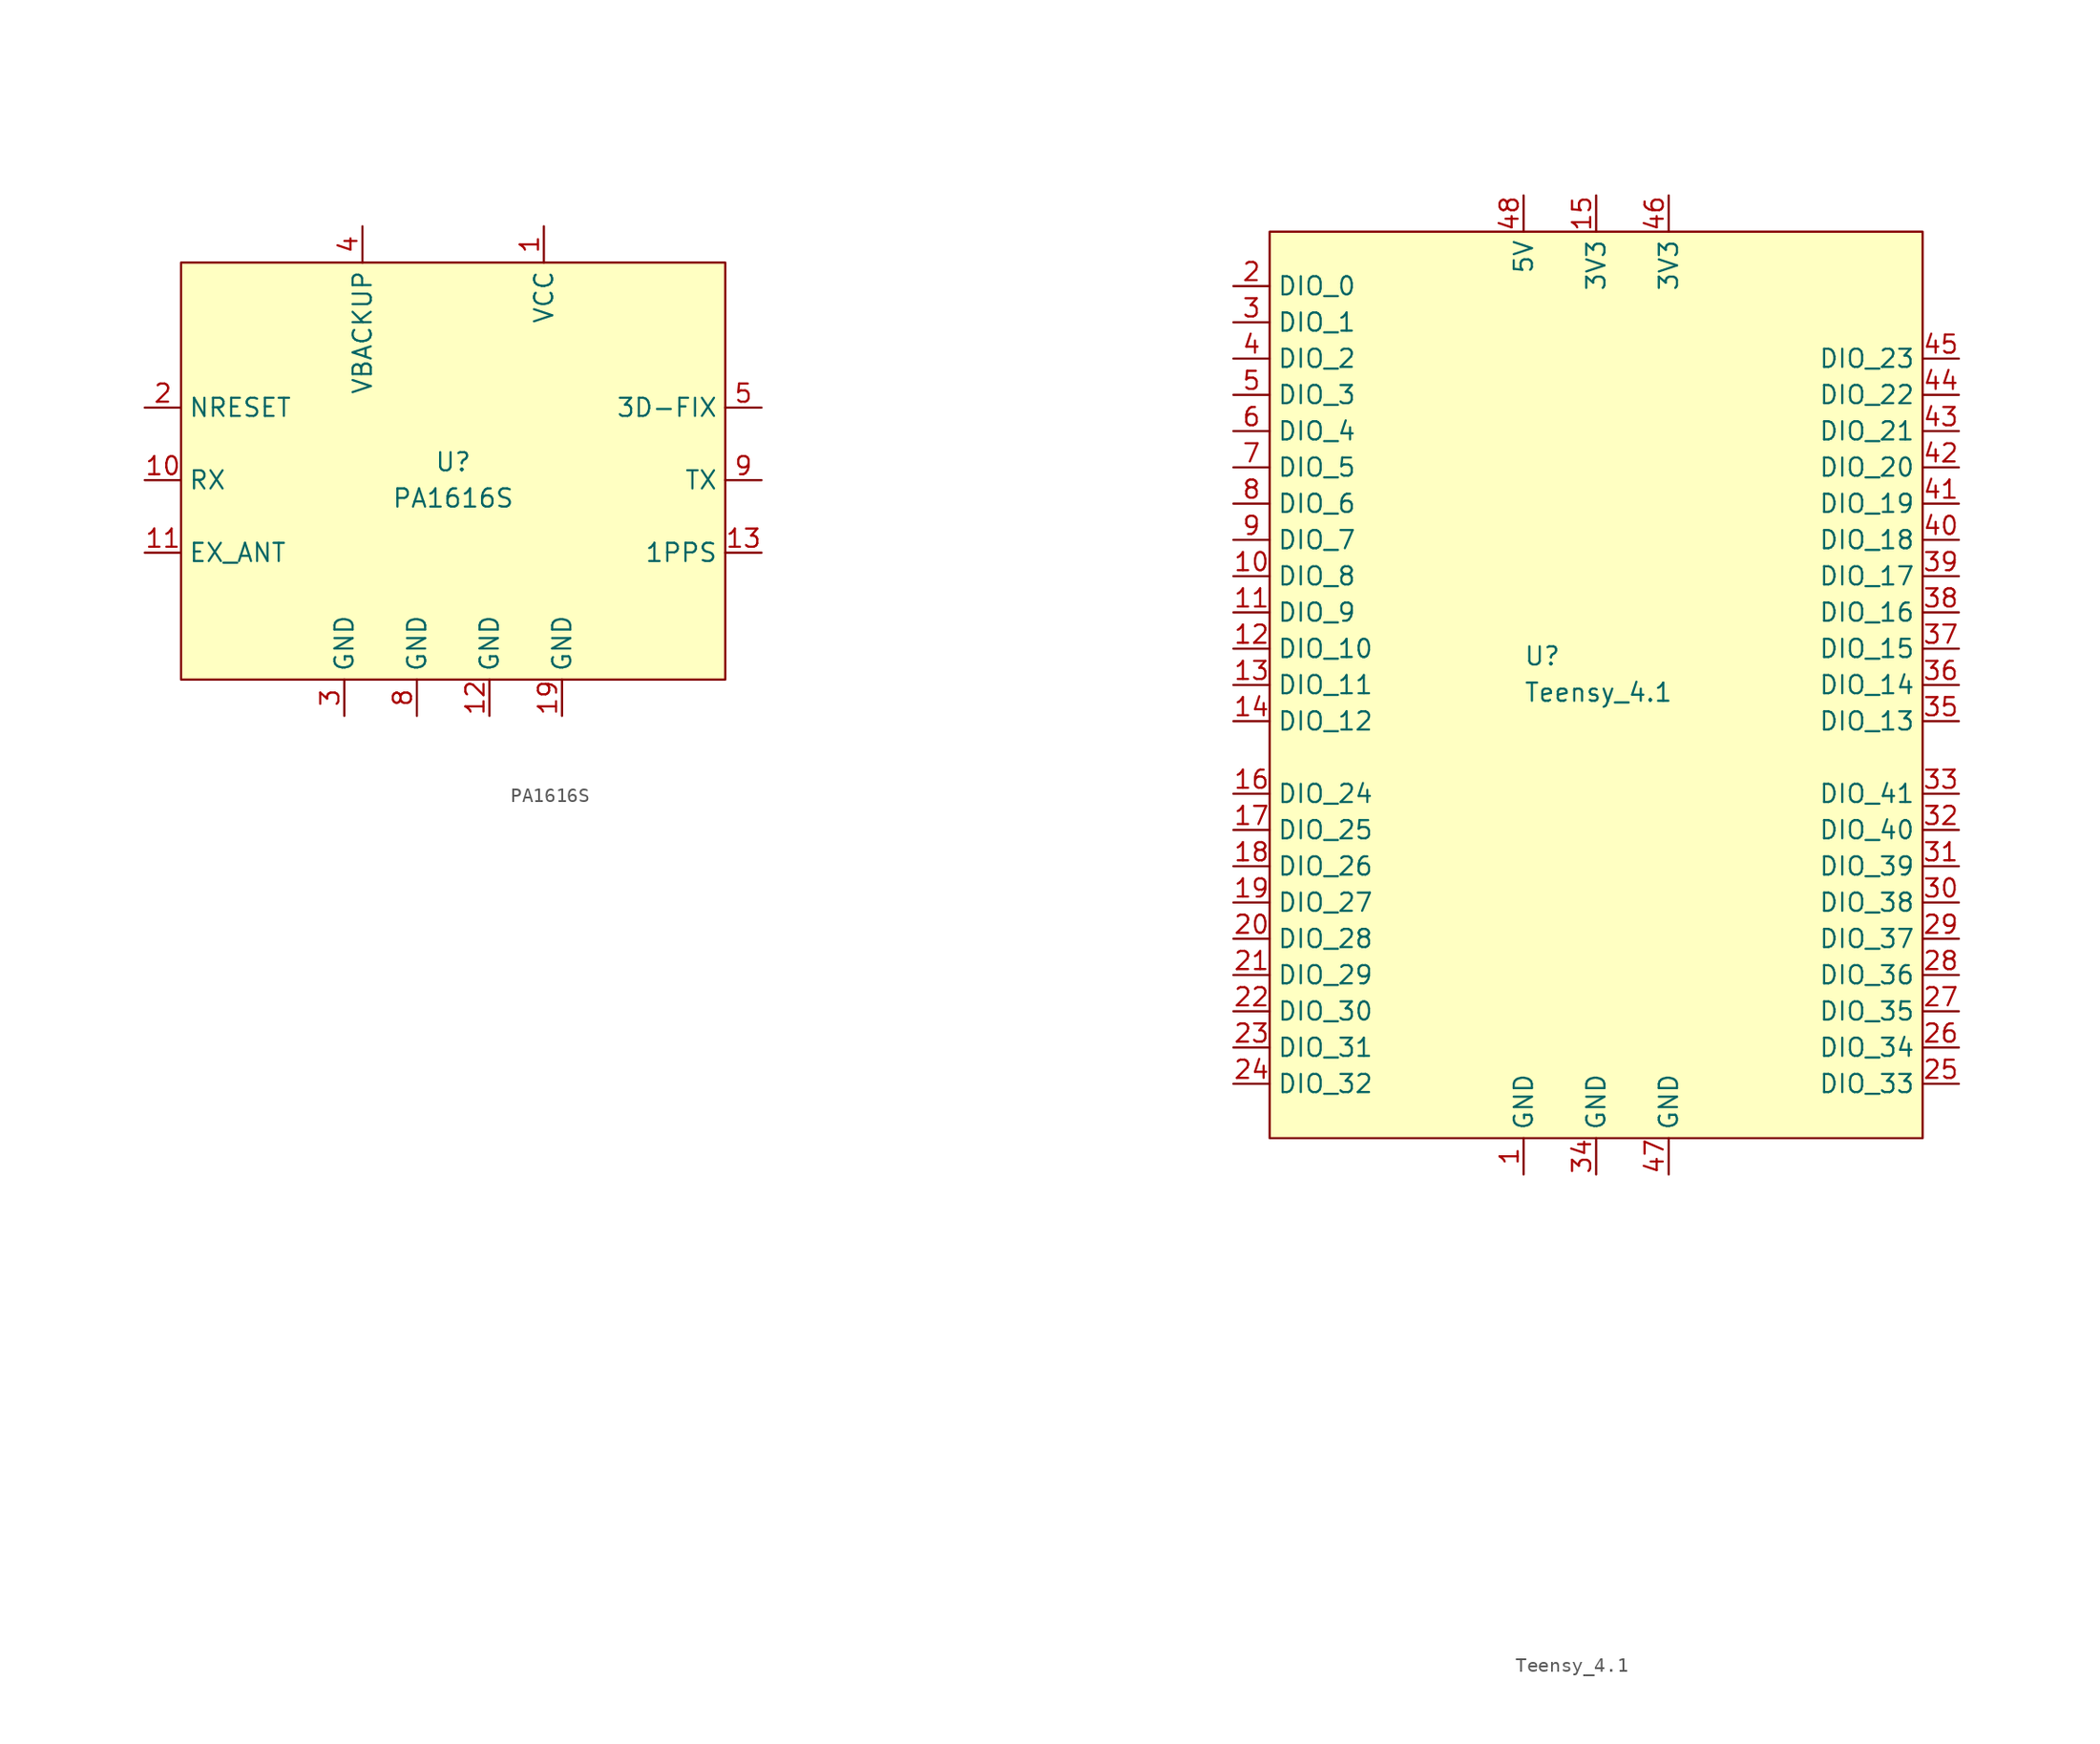
<source format=kicad_sym>
(kicad_symbol_lib
  (version 20220914)
  (generator kicad_symbol_editor)
  (symbol "PA1616S"
    (property "Reference" "U"
      (at 0 1.27 0)
      (effects (font (size 1.27 1.27))))
    (property "Value" "PA1616S"
      (at 0 -1.27 0)
      (effects (font (size 1.27 1.27))))
    (symbol "PA1616S_0_1"
      (rectangle (start -19.05 15.24) (end 19.05 -13.97) (stroke (width 0) (type default)) (fill (type background))))
    (symbol "PA1616S_1_1"
      (pin power_in line (at 6.35 17.78 270) (length 2.54) (name "VCC" (effects (font (size 1.27 1.27)))) (number "1" (effects (font (size 1.27 1.27)))))
      (pin input line (at -21.59 0 0) (length 2.54) (name "RX" (effects (font (size 1.27 1.27)))) (number "10" (effects (font (size 1.27 1.27)))))
      (pin input line (at -21.59 -5.08 0) (length 2.54) (name "EX_ANT" (effects (font (size 1.27 1.27)))) (number "11" (effects (font (size 1.27 1.27)))))
      (pin passive line (at 2.54 -16.51 90) (length 2.54) (name "GND" (effects (font (size 1.27 1.27)))) (number "12" (effects (font (size 1.27 1.27)))))
      (pin output line (at 21.59 -5.08 180) (length 2.54) (name "1PPS" (effects (font (size 1.27 1.27)))) (number "13" (effects (font (size 1.27 1.27)))))
      (pin no_connect line (at 33.02 20.32 0) (length 2.54) hide (name "NC" (effects (font (size 1.27 1.27)))) (number "16" (effects (font (size 1.27 1.27)))))
      (pin no_connect line (at 33.02 17.78 0) (length 2.54) hide (name "NC" (effects (font (size 1.27 1.27)))) (number "17" (effects (font (size 1.27 1.27)))))
      (pin no_connect line (at 33.02 15.24 0) (length 2.54) hide (name "NC" (effects (font (size 1.27 1.27)))) (number "18" (effects (font (size 1.27 1.27)))))
      (pin passive line (at 7.62 -16.51 90) (length 2.54) (name "GND" (effects (font (size 1.27 1.27)))) (number "19" (effects (font (size 1.27 1.27)))))
      (pin input line (at -21.59 5.08 0) (length 2.54) (name "NRESET" (effects (font (size 1.27 1.27)))) (number "2" (effects (font (size 1.27 1.27)))))
      (pin no_connect line (at 33.02 12.7 0) (length 2.54) hide (name "NC" (effects (font (size 1.27 1.27)))) (number "20" (effects (font (size 1.27 1.27)))))
      (pin passive line (at -7.62 -16.51 90) (length 2.54) (name "GND" (effects (font (size 1.27 1.27)))) (number "3" (effects (font (size 1.27 1.27)))))
      (pin power_in line (at -6.35 17.78 270) (length 2.54) (name "VBACKUP" (effects (font (size 1.27 1.27)))) (number "4" (effects (font (size 1.27 1.27)))))
      (pin output line (at 21.59 5.08 180) (length 2.54) (name "3D-FIX" (effects (font (size 1.27 1.27)))) (number "5" (effects (font (size 1.27 1.27)))))
      (pin no_connect line (at 33.02 25.4 0) (length 2.54) hide (name "NC" (effects (font (size 1.27 1.27)))) (number "6" (effects (font (size 1.27 1.27)))))
      (pin no_connect line (at 33.02 22.86 0) (length 2.54) hide (name "NC" (effects (font (size 1.27 1.27)))) (number "7" (effects (font (size 1.27 1.27)))))
      (pin passive line (at -2.54 -16.51 90) (length 2.54) (name "GND" (effects (font (size 1.27 1.27)))) (number "8" (effects (font (size 1.27 1.27)))))
      (pin output line (at 21.59 0 180) (length 2.54) (name "TX" (effects (font (size 1.27 1.27)))) (number "9" (effects (font (size 1.27 1.27)))))))
  (symbol "Teensy_4.1"
    (property "Reference" "U"
      (at -5.08 0 0)
      (effects (font (size 1.27 1.27)) (justify left bottom)))
    (property "Value" "Teensy_4.1"
      (at -5.08 -2.54 0)
      (effects (font (size 1.27 1.27)) (justify left bottom)))
    (symbol "Teensy_4.1_0_1"
      (rectangle (start -22.86 30.48) (end 22.86 -33.02) (stroke (width 0) (type default)) (fill (type background))))
    (symbol "Teensy_4.1_1_1"
      (pin passive line (at -5.08 -35.56 90) (length 2.54) (name "GND" (effects (font (size 1.27 1.27)))) (number "1" (effects (font (size 1.27 1.27)))))
      (pin bidirectional line (at -25.4 6.35 0) (length 2.54) (name "DIO_8" (effects (font (size 1.27 1.27)))) (number "10" (effects (font (size 1.27 1.27)))))
      (pin bidirectional line (at -25.4 3.81 0) (length 2.54) (name "DIO_9" (effects (font (size 1.27 1.27)))) (number "11" (effects (font (size 1.27 1.27)))))
      (pin bidirectional line (at -25.4 1.27 0) (length 2.54) (name "DIO_10" (effects (font (size 1.27 1.27)))) (number "12" (effects (font (size 1.27 1.27)))))
      (pin bidirectional line (at -25.4 -1.27 0) (length 2.54) (name "DIO_11" (effects (font (size 1.27 1.27)))) (number "13" (effects (font (size 1.27 1.27)))))
      (pin bidirectional line (at -25.4 -3.81 0) (length 2.54) (name "DIO_12" (effects (font (size 1.27 1.27)))) (number "14" (effects (font (size 1.27 1.27)))))
      (pin power_out line (at 0 33.02 270) (length 2.54) (name "3V3" (effects (font (size 1.27 1.27)))) (number "15" (effects (font (size 1.27 1.27)))))
      (pin bidirectional line (at -25.4 -8.89 0) (length 2.54) (name "DIO_24" (effects (font (size 1.27 1.27)))) (number "16" (effects (font (size 1.27 1.27)))))
      (pin bidirectional line (at -25.4 -11.43 0) (length 2.54) (name "DIO_25" (effects (font (size 1.27 1.27)))) (number "17" (effects (font (size 1.27 1.27)))))
      (pin bidirectional line (at -25.4 -13.97 0) (length 2.54) (name "DIO_26" (effects (font (size 1.27 1.27)))) (number "18" (effects (font (size 1.27 1.27)))))
      (pin bidirectional line (at -25.4 -16.51 0) (length 2.54) (name "DIO_27" (effects (font (size 1.27 1.27)))) (number "19" (effects (font (size 1.27 1.27)))))
      (pin bidirectional line (at -25.4 26.67 0) (length 2.54) (name "DIO_0" (effects (font (size 1.27 1.27)))) (number "2" (effects (font (size 1.27 1.27)))))
      (pin bidirectional line (at -25.4 -19.05 0) (length 2.54) (name "DIO_28" (effects (font (size 1.27 1.27)))) (number "20" (effects (font (size 1.27 1.27)))))
      (pin bidirectional line (at -25.4 -21.59 0) (length 2.54) (name "DIO_29" (effects (font (size 1.27 1.27)))) (number "21" (effects (font (size 1.27 1.27)))))
      (pin bidirectional line (at -25.4 -24.13 0) (length 2.54) (name "DIO_30" (effects (font (size 1.27 1.27)))) (number "22" (effects (font (size 1.27 1.27)))))
      (pin bidirectional line (at -25.4 -26.67 0) (length 2.54) (name "DIO_31" (effects (font (size 1.27 1.27)))) (number "23" (effects (font (size 1.27 1.27)))))
      (pin bidirectional line (at -25.4 -29.21 0) (length 2.54) (name "DIO_32" (effects (font (size 1.27 1.27)))) (number "24" (effects (font (size 1.27 1.27)))))
      (pin bidirectional line (at 25.4 -29.21 180) (length 2.54) (name "DIO_33" (effects (font (size 1.27 1.27)))) (number "25" (effects (font (size 1.27 1.27)))))
      (pin bidirectional line (at 25.4 -26.67 180) (length 2.54) (name "DIO_34" (effects (font (size 1.27 1.27)))) (number "26" (effects (font (size 1.27 1.27)))))
      (pin bidirectional line (at 25.4 -24.13 180) (length 2.54) (name "DIO_35" (effects (font (size 1.27 1.27)))) (number "27" (effects (font (size 1.27 1.27)))))
      (pin bidirectional line (at 25.4 -21.59 180) (length 2.54) (name "DIO_36" (effects (font (size 1.27 1.27)))) (number "28" (effects (font (size 1.27 1.27)))))
      (pin bidirectional line (at 25.4 -19.05 180) (length 2.54) (name "DIO_37" (effects (font (size 1.27 1.27)))) (number "29" (effects (font (size 1.27 1.27)))))
      (pin bidirectional line (at -25.4 24.13 0) (length 2.54) (name "DIO_1" (effects (font (size 1.27 1.27)))) (number "3" (effects (font (size 1.27 1.27)))))
      (pin bidirectional line (at 25.4 -16.51 180) (length 2.54) (name "DIO_38" (effects (font (size 1.27 1.27)))) (number "30" (effects (font (size 1.27 1.27)))))
      (pin bidirectional line (at 25.4 -13.97 180) (length 2.54) (name "DIO_39" (effects (font (size 1.27 1.27)))) (number "31" (effects (font (size 1.27 1.27)))))
      (pin bidirectional line (at 25.4 -11.43 180) (length 2.54) (name "DIO_40" (effects (font (size 1.27 1.27)))) (number "32" (effects (font (size 1.27 1.27)))))
      (pin bidirectional line (at 25.4 -8.89 180) (length 2.54) (name "DIO_41" (effects (font (size 1.27 1.27)))) (number "33" (effects (font (size 1.27 1.27)))))
      (pin passive line (at 0 -35.56 90) (length 2.54) (name "GND" (effects (font (size 1.27 1.27)))) (number "34" (effects (font (size 1.27 1.27)))))
      (pin bidirectional line (at 25.4 -3.81 180) (length 2.54) (name "DIO_13" (effects (font (size 1.27 1.27)))) (number "35" (effects (font (size 1.27 1.27)))))
      (pin bidirectional line (at 25.4 -1.27 180) (length 2.54) (name "DIO_14" (effects (font (size 1.27 1.27)))) (number "36" (effects (font (size 1.27 1.27)))))
      (pin bidirectional line (at 25.4 1.27 180) (length 2.54) (name "DIO_15" (effects (font (size 1.27 1.27)))) (number "37" (effects (font (size 1.27 1.27)))))
      (pin bidirectional line (at 25.4 3.81 180) (length 2.54) (name "DIO_16" (effects (font (size 1.27 1.27)))) (number "38" (effects (font (size 1.27 1.27)))))
      (pin bidirectional line (at 25.4 6.35 180) (length 2.54) (name "DIO_17" (effects (font (size 1.27 1.27)))) (number "39" (effects (font (size 1.27 1.27)))))
      (pin bidirectional line (at -25.4 21.59 0) (length 2.54) (name "DIO_2" (effects (font (size 1.27 1.27)))) (number "4" (effects (font (size 1.27 1.27)))))
      (pin bidirectional line (at 25.4 8.89 180) (length 2.54) (name "DIO_18" (effects (font (size 1.27 1.27)))) (number "40" (effects (font (size 1.27 1.27)))))
      (pin bidirectional line (at 25.4 11.43 180) (length 2.54) (name "DIO_19" (effects (font (size 1.27 1.27)))) (number "41" (effects (font (size 1.27 1.27)))))
      (pin bidirectional line (at 25.4 13.97 180) (length 2.54) (name "DIO_20" (effects (font (size 1.27 1.27)))) (number "42" (effects (font (size 1.27 1.27)))))
      (pin bidirectional line (at 25.4 16.51 180) (length 2.54) (name "DIO_21" (effects (font (size 1.27 1.27)))) (number "43" (effects (font (size 1.27 1.27)))))
      (pin bidirectional line (at 25.4 19.05 180) (length 2.54) (name "DIO_22" (effects (font (size 1.27 1.27)))) (number "44" (effects (font (size 1.27 1.27)))))
      (pin bidirectional line (at 25.4 21.59 180) (length 2.54) (name "DIO_23" (effects (font (size 1.27 1.27)))) (number "45" (effects (font (size 1.27 1.27)))))
      (pin power_out line (at 5.08 33.02 270) (length 2.54) (name "3V3" (effects (font (size 1.27 1.27)))) (number "46" (effects (font (size 1.27 1.27)))))
      (pin passive line (at 5.08 -35.56 90) (length 2.54) (name "GND" (effects (font (size 1.27 1.27)))) (number "47" (effects (font (size 1.27 1.27)))))
      (pin power_in line (at -5.08 33.02 270) (length 2.54) (name "5V" (effects (font (size 1.27 1.27)))) (number "48" (effects (font (size 1.27 1.27)))))
      (pin no_connect line (at -29.21 -57.15 270) (length 2.54) hide (name "NC" (effects (font (size 1.27 1.27)))) (number "49" (effects (font (size 1.27 1.27)))))
      (pin bidirectional line (at -25.4 19.05 0) (length 2.54) (name "DIO_3" (effects (font (size 1.27 1.27)))) (number "5" (effects (font (size 1.27 1.27)))))
      (pin no_connect line (at -26.67 -57.15 270) (length 2.54) hide (name "NC" (effects (font (size 1.27 1.27)))) (number "50" (effects (font (size 1.27 1.27)))))
      (pin no_connect line (at -24.13 -57.15 270) (length 2.54) hide (name "NC" (effects (font (size 1.27 1.27)))) (number "51" (effects (font (size 1.27 1.27)))))
      (pin no_connect line (at -21.59 -57.15 270) (length 2.54) hide (name "NC" (effects (font (size 1.27 1.27)))) (number "52" (effects (font (size 1.27 1.27)))))
      (pin no_connect line (at -19.05 -57.15 270) (length 2.54) hide (name "NC" (effects (font (size 1.27 1.27)))) (number "53" (effects (font (size 1.27 1.27)))))
      (pin no_connect line (at -16.51 -57.15 270) (length 2.54) hide (name "NC" (effects (font (size 1.27 1.27)))) (number "54" (effects (font (size 1.27 1.27)))))
      (pin no_connect line (at -13.97 -57.15 270) (length 2.54) hide (name "NC" (effects (font (size 1.27 1.27)))) (number "55" (effects (font (size 1.27 1.27)))))
      (pin no_connect line (at -11.43 -57.15 270) (length 2.54) hide (name "NC" (effects (font (size 1.27 1.27)))) (number "56" (effects (font (size 1.27 1.27)))))
      (pin no_connect line (at -8.89 -57.15 270) (length 2.54) hide (name "NC" (effects (font (size 1.27 1.27)))) (number "57" (effects (font (size 1.27 1.27)))))
      (pin no_connect line (at -6.35 -57.15 270) (length 2.54) hide (name "NC" (effects (font (size 1.27 1.27)))) (number "58" (effects (font (size 1.27 1.27)))))
      (pin no_connect line (at -3.81 -57.15 270) (length 2.54) hide (name "NC" (effects (font (size 1.27 1.27)))) (number "59" (effects (font (size 1.27 1.27)))))
      (pin bidirectional line (at -25.4 16.51 0) (length 2.54) (name "DIO_4" (effects (font (size 1.27 1.27)))) (number "6" (effects (font (size 1.27 1.27)))))
      (pin no_connect line (at -1.27 -57.15 270) (length 2.54) hide (name "NC" (effects (font (size 1.27 1.27)))) (number "60" (effects (font (size 1.27 1.27)))))
      (pin no_connect line (at 1.27 -57.15 270) (length 2.54) hide (name "NC" (effects (font (size 1.27 1.27)))) (number "61" (effects (font (size 1.27 1.27)))))
      (pin no_connect line (at 3.81 -57.15 270) (length 2.54) hide (name "NC" (effects (font (size 1.27 1.27)))) (number "62" (effects (font (size 1.27 1.27)))))
      (pin no_connect line (at 6.35 -57.15 270) (length 2.54) hide (name "NC" (effects (font (size 1.27 1.27)))) (number "63" (effects (font (size 1.27 1.27)))))
      (pin no_connect line (at 8.89 -57.15 270) (length 2.54) hide (name "NC" (effects (font (size 1.27 1.27)))) (number "64" (effects (font (size 1.27 1.27)))))
      (pin no_connect line (at 11.43 -57.15 270) (length 2.54) hide (name "NC" (effects (font (size 1.27 1.27)))) (number "65" (effects (font (size 1.27 1.27)))))
      (pin no_connect line (at 13.97 -57.15 270) (length 2.54) hide (name "NC" (effects (font (size 1.27 1.27)))) (number "66" (effects (font (size 1.27 1.27)))))
      (pin no_connect line (at 16.51 -57.15 270) (length 2.54) hide (name "NC" (effects (font (size 1.27 1.27)))) (number "67" (effects (font (size 1.27 1.27)))))
      (pin bidirectional line (at -25.4 13.97 0) (length 2.54) (name "DIO_5" (effects (font (size 1.27 1.27)))) (number "7" (effects (font (size 1.27 1.27)))))
      (pin bidirectional line (at -25.4 11.43 0) (length 2.54) (name "DIO_6" (effects (font (size 1.27 1.27)))) (number "8" (effects (font (size 1.27 1.27)))))
      (pin bidirectional line (at -25.4 8.89 0) (length 2.54) (name "DIO_7" (effects (font (size 1.27 1.27)))) (number "9" (effects (font (size 1.27 1.27))))))))
</source>
